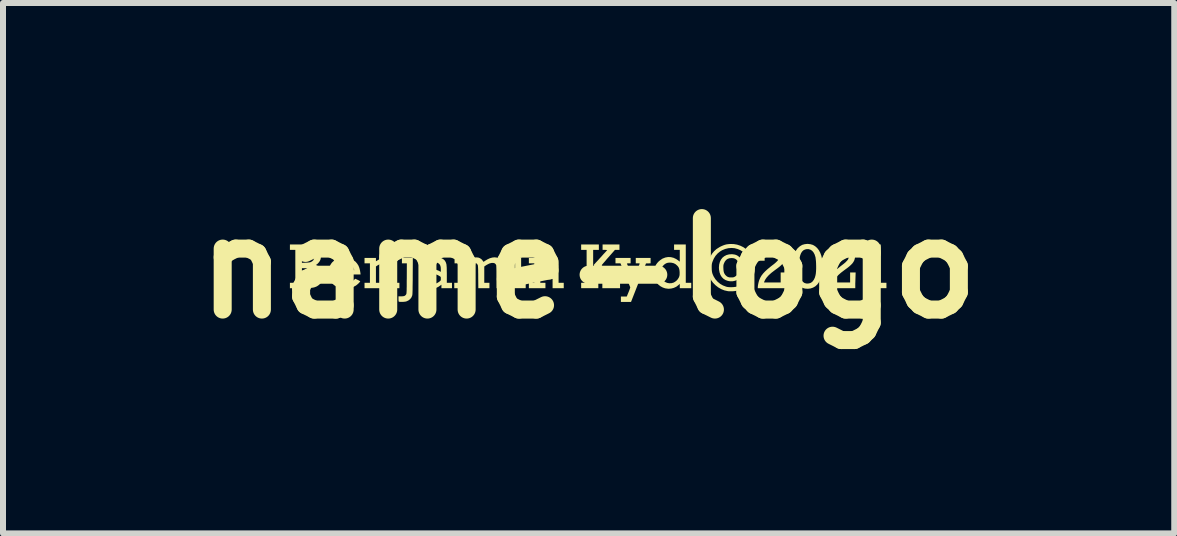
<source format=kicad_pcb>
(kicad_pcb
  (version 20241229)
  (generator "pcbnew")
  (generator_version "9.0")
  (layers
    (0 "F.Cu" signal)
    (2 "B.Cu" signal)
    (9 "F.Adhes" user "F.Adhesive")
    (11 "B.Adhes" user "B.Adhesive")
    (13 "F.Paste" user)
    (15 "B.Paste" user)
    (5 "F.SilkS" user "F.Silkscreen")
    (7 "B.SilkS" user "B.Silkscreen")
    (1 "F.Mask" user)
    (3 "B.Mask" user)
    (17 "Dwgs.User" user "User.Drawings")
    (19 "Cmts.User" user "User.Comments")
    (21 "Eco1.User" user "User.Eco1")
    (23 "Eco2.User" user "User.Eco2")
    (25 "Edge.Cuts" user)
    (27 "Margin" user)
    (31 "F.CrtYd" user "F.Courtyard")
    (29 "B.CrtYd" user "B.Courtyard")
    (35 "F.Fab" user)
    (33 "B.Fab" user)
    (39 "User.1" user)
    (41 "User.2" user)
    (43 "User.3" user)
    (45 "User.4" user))
  (footprint "name-logo"
    (layer "F.Cu")
    (at 6.756 1.418)
    (property "Reference" "name-logo" (at 0 0 0) (layer "F.SilkS") (effects (font (size 1.524 1.524) (thickness 0.3))))
    (attr through_hole)
    (fp_poly (pts (xy -1.124 0.243) (xy -1.048 0.243) (xy -1.048 0.333) (xy -1.305 0.333) (xy -1.305 0.243) (xy -1.224 0.243) (xy -1.224 -0.081) (xy -1.305 -0.081) (xy -1.305 -0.171) (xy -1.124 -0.171)) (stroke (width 0) (type solid)) (fill yes) (layer "F.SilkS"))
    (fp_poly (pts (xy 4.867 0.243) (xy 4.962 0.243) (xy 4.962 0.333) (xy 4.667 0.333) (xy 4.667 0.243) (xy 4.767 0.243) (xy 4.767 -0.305) (xy 4.667 -0.305) (xy 4.667 -0.395) (xy 4.867 -0.395)) (stroke (width 0) (type solid)) (fill yes) (layer "F.SilkS"))
    (fp_poly (pts (xy 0.171 -0.305) (xy 0.076 -0.305) (xy 0.076 0.243) (xy 0.162 0.243) (xy 0.162 0.333) (xy -0.124 0.333) (xy -0.124 0.243) (xy -0.033 0.243) (xy -0.033 -0.305) (xy -0.124 -0.305) (xy -0.124 -0.395) (xy 0.171 -0.395)) (stroke (width 0) (type solid)) (fill yes) (layer "F.SilkS"))
    (fp_poly (pts (xy -2.956 -0.399) (xy -2.947 -0.394) (xy -2.931 -0.379) (xy -2.924 -0.362) (xy -2.923 -0.343) (xy -2.928 -0.326) (xy -2.938 -0.31) (xy -2.953 -0.298) (xy -2.971 -0.291) (xy -2.991 -0.291) (xy -3.007 -0.295) (xy -3.023 -0.306) (xy -3.035 -0.323) (xy -3.041 -0.341) (xy -3.039 -0.363) (xy -3.03 -0.38) (xy -3.016 -0.394) (xy -2.997 -0.402) (xy -2.976 -0.404)) (stroke (width 0) (type solid)) (fill yes) (layer "F.SilkS"))
    (fp_poly (pts (xy -1.163 -0.402) (xy -1.151 -0.398) (xy -1.133 -0.385) (xy -1.123 -0.369) (xy -1.12 -0.35) (xy -1.122 -0.331) (xy -1.131 -0.314) (xy -1.146 -0.301) (xy -1.165 -0.293) (xy -1.172 -0.292) (xy -1.187 -0.292) (xy -1.2 -0.294) (xy -1.203 -0.295) (xy -1.218 -0.305) (xy -1.23 -0.321) (xy -1.237 -0.339) (xy -1.238 -0.346) (xy -1.234 -0.368) (xy -1.223 -0.386) (xy -1.206 -0.398) (xy -1.186 -0.404)) (stroke (width 0) (type solid)) (fill yes) (layer "F.SilkS"))
    (fp_poly (pts (xy -2.93 0.13) (xy -2.93 0.198) (xy -2.931 0.258) (xy -2.932 0.308) (xy -2.932 0.351) (xy -2.933 0.385) (xy -2.934 0.412) (xy -2.935 0.433) (xy -2.937 0.447) (xy -2.938 0.454) (xy -2.951 0.486) (xy -2.972 0.514) (xy -2.999 0.536) (xy -3.032 0.552) (xy -3.051 0.557) (xy -3.068 0.559) (xy -3.09 0.561) (xy -3.114 0.561) (xy -3.136 0.561) (xy -3.153 0.56) (xy -3.158 0.559) (xy -3.162 0.556) (xy -3.165 0.551) (xy -3.166 0.54) (xy -3.167 0.523) (xy -3.167 0.513) (xy -3.167 0.469) (xy -3.123 0.469) (xy -3.094 0.468) (xy -3.073 0.464) (xy -3.058 0.457) (xy -3.046 0.445) (xy -3.04 0.436) (xy -3.038 0.433) (xy -3.036 0.428) (xy -3.035 0.422) (xy -3.034 0.413) (xy -3.033 0.401) (xy -3.032 0.385) (xy -3.031 0.364) (xy -3.031 0.337) (xy -3.03 0.304) (xy -3.03 0.263) (xy -3.03 0.214) (xy -3.029 0.17) (xy -3.028 -0.081) (xy -3.11 -0.081) (xy -3.11 -0.171) (xy -2.928 -0.171)) (stroke (width 0) (type solid)) (fill yes) (layer "F.SilkS"))
    (fp_poly (pts (xy -3.349 -0.178) (xy -3.334 -0.177) (xy -3.322 -0.175) (xy -3.311 -0.17) (xy -3.3 -0.164) (xy -3.274 -0.145) (xy -3.255 -0.119) (xy -3.244 -0.087) (xy -3.243 -0.085) (xy -3.242 -0.074) (xy -3.241 -0.054) (xy -3.24 -0.027) (xy -3.239 0.007) (xy -3.238 0.045) (xy -3.238 0.087) (xy -3.238 0.091) (xy -3.238 0.243) (xy -3.152 0.243) (xy -3.152 0.333) (xy -3.338 0.333) (xy -3.338 0.147) (xy -3.338 0.098) (xy -3.338 0.057) (xy -3.339 0.023) (xy -3.339 -0.003) (xy -3.341 -0.024) (xy -3.342 -0.04) (xy -3.345 -0.052) (xy -3.348 -0.061) (xy -3.351 -0.068) (xy -3.356 -0.073) (xy -3.362 -0.079) (xy -3.371 -0.084) (xy -3.383 -0.087) (xy -3.401 -0.088) (xy -3.402 -0.088) (xy -3.436 -0.083) (xy -3.473 -0.07) (xy -3.512 -0.049) (xy -3.514 -0.048) (xy -3.543 -0.029) (xy -3.543 0.243) (xy -3.457 0.243) (xy -3.457 0.333) (xy -3.733 0.333) (xy -3.733 0.243) (xy -3.643 0.243) (xy -3.643 -0.081) (xy -3.733 -0.081) (xy -3.733 -0.171) (xy -3.543 -0.171) (xy -3.543 -0.115) (xy -3.513 -0.133) (xy -3.476 -0.154) (xy -3.442 -0.168) (xy -3.408 -0.176) (xy -3.371 -0.178)) (stroke (width 0) (type solid)) (fill yes) (layer "F.SilkS"))
    (fp_poly (pts (xy -0.611 -0.178) (xy -0.596 -0.177) (xy -0.584 -0.175) (xy -0.573 -0.17) (xy -0.562 -0.164) (xy -0.536 -0.145) (xy -0.517 -0.119) (xy -0.505 -0.087) (xy -0.505 -0.085) (xy -0.504 -0.074) (xy -0.502 -0.054) (xy -0.501 -0.027) (xy -0.501 0.007) (xy -0.5 0.045) (xy -0.5 0.087) (xy -0.5 0.091) (xy -0.5 0.243) (xy -0.414 0.243) (xy -0.414 0.333) (xy -0.6 0.333) (xy -0.6 0.147) (xy -0.6 0.098) (xy -0.6 0.057) (xy -0.601 0.023) (xy -0.601 -0.003) (xy -0.603 -0.024) (xy -0.604 -0.04) (xy -0.607 -0.052) (xy -0.61 -0.061) (xy -0.613 -0.068) (xy -0.618 -0.073) (xy -0.624 -0.079) (xy -0.633 -0.084) (xy -0.645 -0.087) (xy -0.663 -0.088) (xy -0.664 -0.088) (xy -0.698 -0.083) (xy -0.735 -0.07) (xy -0.774 -0.049) (xy -0.776 -0.048) (xy -0.805 -0.029) (xy -0.805 0.243) (xy -0.719 0.243) (xy -0.719 0.333) (xy -0.995 0.333) (xy -0.995 0.243) (xy -0.905 0.243) (xy -0.905 -0.081) (xy -0.995 -0.081) (xy -0.995 -0.171) (xy -0.805 -0.171) (xy -0.805 -0.115) (xy -0.775 -0.133) (xy -0.738 -0.154) (xy -0.704 -0.168) (xy -0.67 -0.176) (xy -0.633 -0.178)) (stroke (width 0) (type solid)) (fill yes) (layer "F.SilkS"))
    (fp_poly (pts (xy 0.514 -0.305) (xy 0.439 -0.305) (xy 0.329 -0.18) (xy 0.303 -0.151) (xy 0.28 -0.123) (xy 0.259 -0.099) (xy 0.242 -0.079) (xy 0.229 -0.064) (xy 0.221 -0.054) (xy 0.218 -0.05) (xy 0.221 -0.045) (xy 0.229 -0.034) (xy 0.242 -0.017) (xy 0.259 0.005) (xy 0.279 0.031) (xy 0.302 0.061) (xy 0.327 0.092) (xy 0.332 0.099) (xy 0.445 0.243) (xy 0.485 0.243) (xy 0.524 0.243) (xy 0.524 0.333) (xy 0.229 0.333) (xy 0.229 0.243) (xy 0.266 0.242) (xy 0.304 0.241) (xy 0.192 0.096) (xy 0.164 0.059) (xy 0.141 0.029) (xy 0.123 0.004) (xy 0.109 -0.014) (xy 0.099 -0.029) (xy 0.092 -0.039) (xy 0.088 -0.046) (xy 0.087 -0.051) (xy 0.087 -0.055) (xy 0.088 -0.058) (xy 0.09 -0.059) (xy 0.095 -0.065) (xy 0.106 -0.077) (xy 0.121 -0.094) (xy 0.141 -0.115) (xy 0.164 -0.14) (xy 0.188 -0.167) (xy 0.204 -0.184) (xy 0.229 -0.212) (xy 0.252 -0.238) (xy 0.273 -0.26) (xy 0.289 -0.278) (xy 0.301 -0.292) (xy 0.308 -0.3) (xy 0.31 -0.302) (xy 0.305 -0.303) (xy 0.293 -0.304) (xy 0.277 -0.305) (xy 0.271 -0.305) (xy 0.233 -0.305) (xy 0.233 -0.395) (xy 0.514 -0.395)) (stroke (width 0) (type solid)) (fill yes) (layer "F.SilkS"))
    (fp_poly (pts (xy 0.7 -0.081) (xy 0.669 -0.081) (xy 0.651 -0.08) (xy 0.642 -0.079) (xy 0.639 -0.076) (xy 0.639 -0.075) (xy 0.642 -0.069) (xy 0.647 -0.056) (xy 0.655 -0.036) (xy 0.665 -0.01) (xy 0.677 0.019) (xy 0.69 0.052) (xy 0.693 0.061) (xy 0.706 0.094) (xy 0.718 0.123) (xy 0.729 0.148) (xy 0.738 0.168) (xy 0.744 0.181) (xy 0.747 0.187) (xy 0.748 0.187) (xy 0.75 0.182) (xy 0.756 0.169) (xy 0.764 0.149) (xy 0.774 0.124) (xy 0.785 0.095) (xy 0.798 0.063) (xy 0.8 0.057) (xy 0.813 0.024) (xy 0.824 -0.006) (xy 0.834 -0.032) (xy 0.842 -0.053) (xy 0.848 -0.067) (xy 0.851 -0.075) (xy 0.851 -0.075) (xy 0.85 -0.078) (xy 0.842 -0.08) (xy 0.826 -0.081) (xy 0.82 -0.081) (xy 0.786 -0.081) (xy 0.786 -0.171) (xy 1.033 -0.171) (xy 1.033 -0.081) (xy 0.995 -0.08) (xy 0.956 -0.079) (xy 0.832 0.242) (xy 0.707 0.562) (xy 0.623 0.562) (xy 0.538 0.562) (xy 0.538 0.472) (xy 0.636 0.472) (xy 0.666 0.399) (xy 0.676 0.374) (xy 0.684 0.352) (xy 0.69 0.334) (xy 0.693 0.323) (xy 0.694 0.319) (xy 0.692 0.313) (xy 0.686 0.299) (xy 0.678 0.278) (xy 0.667 0.252) (xy 0.654 0.22) (xy 0.639 0.184) (xy 0.623 0.145) (xy 0.611 0.115) (xy 0.531 -0.081) (xy 0.489 -0.081) (xy 0.448 -0.081) (xy 0.448 -0.171) (xy 0.7 -0.171)) (stroke (width 0) (type solid)) (fill yes) (layer "F.SilkS"))
    (fp_poly (pts (xy 2.4 -0.232) (xy 2.44 -0.226) (xy 2.474 -0.213) (xy 2.504 -0.192) (xy 2.521 -0.176) (xy 2.536 -0.158) (xy 2.548 -0.14) (xy 2.554 -0.127) (xy 2.561 -0.106) (xy 2.529 -0.098) (xy 2.51 -0.094) (xy 2.499 -0.093) (xy 2.496 -0.095) (xy 2.493 -0.102) (xy 2.486 -0.113) (xy 2.479 -0.123) (xy 2.461 -0.144) (xy 2.438 -0.159) (xy 2.41 -0.167) (xy 2.379 -0.169) (xy 2.344 -0.165) (xy 2.316 -0.155) (xy 2.292 -0.138) (xy 2.271 -0.112) (xy 2.259 -0.088) (xy 2.253 -0.074) (xy 2.249 -0.062) (xy 2.246 -0.049) (xy 2.245 -0.031) (xy 2.245 -0.007) (xy 2.247 0.029) (xy 2.251 0.058) (xy 2.258 0.081) (xy 2.27 0.102) (xy 2.279 0.114) (xy 2.299 0.133) (xy 2.32 0.146) (xy 2.345 0.153) (xy 2.374 0.154) (xy 2.395 0.154) (xy 2.411 0.152) (xy 2.424 0.148) (xy 2.436 0.142) (xy 2.462 0.125) (xy 2.482 0.104) (xy 2.495 0.079) (xy 2.503 0.065) (xy 2.509 0.059) (xy 2.513 0.059) (xy 2.522 0.062) (xy 2.536 0.066) (xy 2.541 0.067) (xy 2.555 0.072) (xy 2.564 0.077) (xy 2.565 0.079) (xy 2.565 0.089) (xy 2.559 0.104) (xy 2.55 0.122) (xy 2.538 0.141) (xy 2.525 0.157) (xy 2.516 0.166) (xy 2.481 0.192) (xy 2.442 0.209) (xy 2.4 0.218) (xy 2.356 0.218) (xy 2.321 0.212) (xy 2.282 0.198) (xy 2.248 0.177) (xy 2.219 0.148) (xy 2.197 0.113) (xy 2.182 0.072) (xy 2.173 0.025) (xy 2.171 -0.01) (xy 2.175 -0.059) (xy 2.187 -0.104) (xy 2.205 -0.142) (xy 2.23 -0.175) (xy 2.261 -0.2) (xy 2.298 -0.219) (xy 2.34 -0.23) (xy 2.386 -0.233)) (stroke (width 0) (type solid)) (fill yes) (layer "F.SilkS"))
    (fp_poly (pts (xy 1.619 0.243) (xy 1.71 0.243) (xy 1.71 0.333) (xy 1.519 0.333) (xy 1.519 0.261) (xy 1.496 0.282) (xy 1.461 0.309) (xy 1.42 0.328) (xy 1.377 0.339) (xy 1.331 0.343) (xy 1.284 0.337) (xy 1.274 0.335) (xy 1.236 0.322) (xy 1.199 0.302) (xy 1.165 0.276) (xy 1.137 0.246) (xy 1.125 0.228) (xy 1.116 0.21) (xy 1.107 0.188) (xy 1.1 0.165) (xy 1.1 0.165) (xy 1.092 0.121) (xy 1.091 0.075) (xy 1.091 0.075) (xy 1.197 0.075) (xy 1.199 0.115) (xy 1.21 0.155) (xy 1.226 0.186) (xy 1.249 0.211) (xy 1.278 0.231) (xy 1.31 0.245) (xy 1.344 0.251) (xy 1.379 0.25) (xy 1.413 0.241) (xy 1.424 0.236) (xy 1.458 0.214) (xy 1.485 0.185) (xy 1.503 0.156) (xy 1.509 0.141) (xy 1.513 0.127) (xy 1.516 0.112) (xy 1.516 0.093) (xy 1.517 0.079) (xy 1.515 0.043) (xy 1.51 0.014) (xy 1.502 -0.009) (xy 1.488 -0.03) (xy 1.475 -0.044) (xy 1.447 -0.068) (xy 1.417 -0.083) (xy 1.383 -0.091) (xy 1.357 -0.093) (xy 1.335 -0.092) (xy 1.319 -0.09) (xy 1.305 -0.086) (xy 1.29 -0.08) (xy 1.289 -0.08) (xy 1.258 -0.059) (xy 1.233 -0.032) (xy 1.214 -0.000124) (xy 1.202 0.036) (xy 1.197 0.075) (xy 1.091 0.075) (xy 1.095 0.03) (xy 1.104 -0.012) (xy 1.119 -0.05) (xy 1.125 -0.061) (xy 1.144 -0.087) (xy 1.168 -0.113) (xy 1.196 -0.136) (xy 1.224 -0.155) (xy 1.233 -0.16) (xy 1.279 -0.178) (xy 1.325 -0.186) (xy 1.37 -0.184) (xy 1.415 -0.173) (xy 1.458 -0.153) (xy 1.492 -0.13) (xy 1.519 -0.109) (xy 1.519 -0.305) (xy 1.424 -0.305) (xy 1.424 -0.395) (xy 1.619 -0.395)) (stroke (width 0) (type solid)) (fill yes) (layer "F.SilkS"))
    (fp_poly (pts (xy -4.013 -0.179) (xy -3.968 -0.164) (xy -3.925 -0.141) (xy -3.886 -0.11) (xy -3.881 -0.106) (xy -3.855 -0.075) (xy -3.834 -0.042) (xy -3.819 -0.004) (xy -3.808 0.04) (xy -3.802 0.077) (xy -3.799 0.105) (xy -4.228 0.105) (xy -4.223 0.125) (xy -4.215 0.15) (xy -4.202 0.176) (xy -4.186 0.199) (xy -4.169 0.217) (xy -4.169 0.217) (xy -4.137 0.238) (xy -4.102 0.251) (xy -4.073 0.255) (xy -4.029 0.255) (xy -3.987 0.246) (xy -3.948 0.227) (xy -3.912 0.2) (xy -3.912 0.199) (xy -3.887 0.176) (xy -3.846 0.195) (xy -3.828 0.204) (xy -3.814 0.212) (xy -3.806 0.217) (xy -3.805 0.219) (xy -3.808 0.225) (xy -3.816 0.235) (xy -3.829 0.249) (xy -3.837 0.257) (xy -3.874 0.288) (xy -3.918 0.312) (xy -3.965 0.33) (xy -4.016 0.34) (xy -4.068 0.343) (xy -4.12 0.337) (xy -4.129 0.335) (xy -4.168 0.323) (xy -4.207 0.304) (xy -4.243 0.28) (xy -4.274 0.251) (xy -4.299 0.22) (xy -4.311 0.2) (xy -4.328 0.155) (xy -4.336 0.108) (xy -4.337 0.061) (xy -4.333 0.033) (xy -4.224 0.033) (xy -3.904 0.033) (xy -3.907 0.023) (xy -3.921 -0.009) (xy -3.943 -0.038) (xy -3.969 -0.064) (xy -3.997 -0.083) (xy -3.999 -0.084) (xy -4.014 -0.091) (xy -4.028 -0.095) (xy -4.043 -0.097) (xy -4.065 -0.097) (xy -4.069 -0.097) (xy -4.092 -0.097) (xy -4.109 -0.095) (xy -4.123 -0.091) (xy -4.136 -0.086) (xy -4.166 -0.066) (xy -4.191 -0.04) (xy -4.21 -0.01) (xy -4.221 0.02) (xy -4.224 0.033) (xy -4.333 0.033) (xy -4.33 0.014) (xy -4.315 -0.03) (xy -4.292 -0.071) (xy -4.274 -0.095) (xy -4.237 -0.129) (xy -4.196 -0.155) (xy -4.152 -0.173) (xy -4.106 -0.183) (xy -4.06 -0.185)) (stroke (width 0) (type solid)) (fill yes) (layer "F.SilkS"))
    (fp_poly (pts (xy -1.531 -0.177) (xy -1.5 -0.166) (xy -1.473 -0.147) (xy -1.468 -0.142) (xy -1.46 -0.133) (xy -1.454 -0.125) (xy -1.448 -0.116) (xy -1.444 -0.104) (xy -1.441 -0.09) (xy -1.439 -0.072) (xy -1.437 -0.049) (xy -1.436 -0.02) (xy -1.435 0.016) (xy -1.435 0.061) (xy -1.434 0.08) (xy -1.433 0.243) (xy -1.343 0.243) (xy -1.343 0.333) (xy -1.533 0.333) (xy -1.534 0.149) (xy -1.534 0.095) (xy -1.534 0.05) (xy -1.535 0.014) (xy -1.536 -0.014) (xy -1.537 -0.034) (xy -1.538 -0.047) (xy -1.54 -0.052) (xy -1.551 -0.07) (xy -1.568 -0.083) (xy -1.59 -0.088) (xy -1.617 -0.087) (xy -1.647 -0.08) (xy -1.663 -0.073) (xy -1.683 -0.063) (xy -1.703 -0.052) (xy -1.717 -0.043) (xy -1.738 -0.028) (xy -1.738 0.243) (xy -1.652 0.243) (xy -1.652 0.333) (xy -1.837 0.333) (xy -1.839 0.146) (xy -1.839 0.099) (xy -1.84 0.06) (xy -1.84 0.029) (xy -1.841 0.004) (xy -1.842 -0.015) (xy -1.843 -0.029) (xy -1.844 -0.04) (xy -1.845 -0.048) (xy -1.847 -0.054) (xy -1.85 -0.059) (xy -1.863 -0.076) (xy -1.882 -0.086) (xy -1.906 -0.089) (xy -1.935 -0.085) (xy -1.967 -0.073) (xy -2.004 -0.054) (xy -2.023 -0.042) (xy -2.048 -0.026) (xy -2.048 0.243) (xy -1.957 0.243) (xy -1.957 0.333) (xy -2.238 0.333) (xy -2.238 0.243) (xy -2.148 0.243) (xy -2.148 -0.081) (xy -2.233 -0.081) (xy -2.233 -0.171) (xy -2.048 -0.171) (xy -2.048 -0.11) (xy -2.025 -0.126) (xy -1.986 -0.15) (xy -1.947 -0.167) (xy -1.908 -0.177) (xy -1.872 -0.18) (xy -1.838 -0.177) (xy -1.809 -0.166) (xy -1.784 -0.148) (xy -1.778 -0.142) (xy -1.768 -0.129) (xy -1.759 -0.118) (xy -1.757 -0.115) (xy -1.75 -0.105) (xy -1.726 -0.122) (xy -1.685 -0.147) (xy -1.644 -0.166) (xy -1.605 -0.177) (xy -1.567 -0.181)) (stroke (width 0) (type solid)) (fill yes) (layer "F.SilkS"))
    (fp_poly (pts (xy 3.087 -0.403) (xy 3.117 -0.4) (xy 3.141 -0.395) (xy 3.145 -0.394) (xy 3.184 -0.377) (xy 3.218 -0.353) (xy 3.246 -0.323) (xy 3.267 -0.288) (xy 3.272 -0.278) (xy 3.278 -0.259) (xy 3.281 -0.239) (xy 3.282 -0.214) (xy 3.282 -0.207) (xy 3.281 -0.179) (xy 3.276 -0.152) (xy 3.268 -0.128) (xy 3.255 -0.104) (xy 3.237 -0.08) (xy 3.214 -0.055) (xy 3.184 -0.028) (xy 3.147 0.001) (xy 3.102 0.034) (xy 3.098 0.037) (xy 3.047 0.076) (xy 3.005 0.113) (xy 2.971 0.15) (xy 2.946 0.185) (xy 2.929 0.218) (xy 2.926 0.227) (xy 2.923 0.238) (xy 3.2 0.238) (xy 3.2 0.071) (xy 3.292 0.071) (xy 3.289 0.165) (xy 3.288 0.197) (xy 3.287 0.228) (xy 3.286 0.257) (xy 3.286 0.281) (xy 3.286 0.296) (xy 3.286 0.333) (xy 2.819 0.333) (xy 2.819 0.315) (xy 2.821 0.291) (xy 2.826 0.262) (xy 2.833 0.231) (xy 2.842 0.201) (xy 2.846 0.191) (xy 2.861 0.157) (xy 2.881 0.123) (xy 2.907 0.089) (xy 2.939 0.055) (xy 2.978 0.019) (xy 3.025 -0.02) (xy 3.053 -0.042) (xy 3.091 -0.071) (xy 3.121 -0.097) (xy 3.144 -0.12) (xy 3.16 -0.139) (xy 3.17 -0.156) (xy 3.174 -0.171) (xy 3.177 -0.191) (xy 3.178 -0.205) (xy 3.173 -0.238) (xy 3.162 -0.267) (xy 3.143 -0.289) (xy 3.118 -0.306) (xy 3.088 -0.316) (xy 3.053 -0.318) (xy 3.044 -0.318) (xy 3.01 -0.311) (xy 2.984 -0.299) (xy 2.964 -0.28) (xy 2.951 -0.259) (xy 2.944 -0.24) (xy 2.938 -0.214) (xy 2.935 -0.185) (xy 2.933 -0.156) (xy 2.933 -0.124) (xy 2.838 -0.124) (xy 2.838 -0.163) (xy 2.842 -0.215) (xy 2.853 -0.262) (xy 2.87 -0.303) (xy 2.894 -0.338) (xy 2.924 -0.366) (xy 2.96 -0.387) (xy 3.002 -0.4) (xy 3.004 -0.4) (xy 3.027 -0.403) (xy 3.056 -0.404)) (stroke (width 0) (type solid)) (fill yes) (layer "F.SilkS"))
    (fp_poly (pts (xy 4.244 -0.403) (xy 4.274 -0.4) (xy 4.298 -0.395) (xy 4.302 -0.394) (xy 4.341 -0.377) (xy 4.375 -0.353) (xy 4.404 -0.323) (xy 4.424 -0.288) (xy 4.429 -0.278) (xy 4.435 -0.259) (xy 4.438 -0.239) (xy 4.439 -0.214) (xy 4.439 -0.207) (xy 4.438 -0.179) (xy 4.433 -0.152) (xy 4.425 -0.128) (xy 4.412 -0.104) (xy 4.395 -0.08) (xy 4.371 -0.055) (xy 4.341 -0.028) (xy 4.304 0.001) (xy 4.259 0.034) (xy 4.255 0.037) (xy 4.204 0.076) (xy 4.162 0.113) (xy 4.128 0.15) (xy 4.103 0.185) (xy 4.087 0.218) (xy 4.083 0.227) (xy 4.08 0.238) (xy 4.357 0.238) (xy 4.357 0.071) (xy 4.449 0.071) (xy 4.446 0.165) (xy 4.445 0.197) (xy 4.444 0.228) (xy 4.443 0.257) (xy 4.443 0.281) (xy 4.443 0.296) (xy 4.443 0.333) (xy 3.976 0.333) (xy 3.976 0.315) (xy 3.978 0.291) (xy 3.983 0.262) (xy 3.99 0.231) (xy 3.999 0.201) (xy 4.003 0.191) (xy 4.018 0.157) (xy 4.038 0.123) (xy 4.064 0.089) (xy 4.096 0.055) (xy 4.135 0.019) (xy 4.182 -0.02) (xy 4.21 -0.042) (xy 4.248 -0.071) (xy 4.279 -0.097) (xy 4.301 -0.12) (xy 4.318 -0.139) (xy 4.327 -0.156) (xy 4.331 -0.171) (xy 4.334 -0.191) (xy 4.335 -0.205) (xy 4.331 -0.238) (xy 4.319 -0.267) (xy 4.3 -0.289) (xy 4.275 -0.306) (xy 4.245 -0.316) (xy 4.21 -0.318) (xy 4.201 -0.318) (xy 4.167 -0.311) (xy 4.141 -0.299) (xy 4.121 -0.28) (xy 4.108 -0.259) (xy 4.101 -0.24) (xy 4.095 -0.214) (xy 4.092 -0.185) (xy 4.09 -0.156) (xy 4.09 -0.124) (xy 3.995 -0.124) (xy 3.995 -0.163) (xy 3.999 -0.215) (xy 4.01 -0.262) (xy 4.027 -0.303) (xy 4.051 -0.338) (xy 4.081 -0.366) (xy 4.117 -0.387) (xy 4.159 -0.4) (xy 4.161 -0.4) (xy 4.184 -0.403) (xy 4.213 -0.404)) (stroke (width 0) (type solid)) (fill yes) (layer "F.SilkS"))
    (fp_poly (pts (xy 3.694 -0.4) (xy 3.736 -0.388) (xy 3.774 -0.366) (xy 3.807 -0.337) (xy 3.836 -0.3) (xy 3.86 -0.255) (xy 3.878 -0.205) (xy 3.89 -0.149) (xy 3.898 -0.088) (xy 3.9 -0.024) (xy 3.897 0.04) (xy 3.888 0.102) (xy 3.883 0.129) (xy 3.873 0.159) (xy 3.86 0.191) (xy 3.844 0.223) (xy 3.826 0.251) (xy 3.81 0.272) (xy 3.777 0.302) (xy 3.739 0.324) (xy 3.697 0.338) (xy 3.653 0.343) (xy 3.608 0.34) (xy 3.586 0.335) (xy 3.545 0.32) (xy 3.509 0.296) (xy 3.477 0.264) (xy 3.45 0.224) (xy 3.428 0.176) (xy 3.411 0.122) (xy 3.4 0.064) (xy 3.397 0.035) (xy 3.396 -0.001) (xy 3.396 -0.04) (xy 3.396 -0.05) (xy 3.503 -0.05) (xy 3.503 -0.004) (xy 3.505 0.042) (xy 3.509 0.084) (xy 3.515 0.121) (xy 3.517 0.127) (xy 3.529 0.166) (xy 3.547 0.199) (xy 3.569 0.226) (xy 3.595 0.245) (xy 3.608 0.25) (xy 3.633 0.256) (xy 3.661 0.255) (xy 3.689 0.249) (xy 3.707 0.241) (xy 3.732 0.221) (xy 3.753 0.192) (xy 3.77 0.156) (xy 3.781 0.116) (xy 3.786 0.087) (xy 3.789 0.052) (xy 3.791 0.012) (xy 3.791 -0.031) (xy 3.79 -0.074) (xy 3.788 -0.115) (xy 3.784 -0.152) (xy 3.78 -0.183) (xy 3.778 -0.189) (xy 3.765 -0.23) (xy 3.747 -0.263) (xy 3.725 -0.289) (xy 3.698 -0.307) (xy 3.668 -0.317) (xy 3.635 -0.318) (xy 3.635 -0.318) (xy 3.605 -0.311) (xy 3.579 -0.298) (xy 3.558 -0.278) (xy 3.54 -0.251) (xy 3.526 -0.215) (xy 3.515 -0.172) (xy 3.507 -0.12) (xy 3.505 -0.094) (xy 3.503 -0.05) (xy 3.396 -0.05) (xy 3.397 -0.079) (xy 3.399 -0.115) (xy 3.402 -0.139) (xy 3.414 -0.196) (xy 3.43 -0.246) (xy 3.451 -0.288) (xy 3.478 -0.326) (xy 3.487 -0.336) (xy 3.521 -0.366) (xy 3.558 -0.388) (xy 3.6 -0.4) (xy 3.646 -0.405) (xy 3.648 -0.405)) (stroke (width 0) (type solid)) (fill yes) (layer "F.SilkS"))
    (fp_poly (pts (xy 2.417 -0.402) (xy 2.475 -0.392) (xy 2.529 -0.374) (xy 2.58 -0.349) (xy 2.626 -0.316) (xy 2.667 -0.278) (xy 2.702 -0.234) (xy 2.731 -0.184) (xy 2.753 -0.131) (xy 2.766 -0.074) (xy 2.77 -0.032) (xy 2.771 0.002) (xy 2.769 0.034) (xy 2.767 0.056) (xy 2.753 0.112) (xy 2.731 0.165) (xy 2.702 0.215) (xy 2.666 0.259) (xy 2.624 0.299) (xy 2.577 0.331) (xy 2.527 0.357) (xy 2.473 0.375) (xy 2.444 0.38) (xy 2.42 0.383) (xy 2.39 0.385) (xy 2.36 0.385) (xy 2.332 0.384) (xy 2.317 0.382) (xy 2.263 0.37) (xy 2.21 0.349) (xy 2.16 0.32) (xy 2.114 0.284) (xy 2.073 0.242) (xy 2.045 0.205) (xy 2.02 0.162) (xy 2.002 0.118) (xy 1.99 0.071) (xy 1.985 0.02) (xy 1.984 -0.01) (xy 1.984 -0.012) (xy 2.051 -0.012) (xy 2.052 0.029) (xy 2.056 0.063) (xy 2.064 0.094) (xy 2.077 0.124) (xy 2.084 0.139) (xy 2.113 0.185) (xy 2.15 0.226) (xy 2.192 0.261) (xy 2.239 0.288) (xy 2.289 0.307) (xy 2.307 0.312) (xy 2.34 0.316) (xy 2.378 0.317) (xy 2.417 0.315) (xy 2.454 0.31) (xy 2.474 0.305) (xy 2.513 0.29) (xy 2.549 0.271) (xy 2.582 0.245) (xy 2.61 0.22) (xy 2.646 0.178) (xy 2.673 0.135) (xy 2.691 0.088) (xy 2.702 0.038) (xy 2.705 -0.01) (xy 2.7 -0.066) (xy 2.688 -0.118) (xy 2.666 -0.166) (xy 2.636 -0.211) (xy 2.62 -0.229) (xy 2.579 -0.267) (xy 2.533 -0.298) (xy 2.484 -0.319) (xy 2.433 -0.333) (xy 2.381 -0.337) (xy 2.328 -0.333) (xy 2.275 -0.32) (xy 2.224 -0.299) (xy 2.191 -0.279) (xy 2.15 -0.246) (xy 2.114 -0.205) (xy 2.085 -0.158) (xy 2.064 -0.107) (xy 2.058 -0.089) (xy 2.054 -0.073) (xy 2.052 -0.056) (xy 2.051 -0.035) (xy 2.051 -0.012) (xy 1.984 -0.012) (xy 1.986 -0.055) (xy 1.992 -0.095) (xy 2.002 -0.133) (xy 2.018 -0.172) (xy 2.026 -0.188) (xy 2.055 -0.239) (xy 2.09 -0.282) (xy 2.131 -0.319) (xy 2.18 -0.35) (xy 2.202 -0.362) (xy 2.238 -0.378) (xy 2.268 -0.389) (xy 2.299 -0.397) (xy 2.332 -0.401) (xy 2.357 -0.403)) (stroke (width 0) (type solid)) (fill yes) (layer "F.SilkS"))
    (fp_poly (pts (xy -4.823 -0.395) (xy -4.767 -0.395) (xy -4.719 -0.394) (xy -4.679 -0.393) (xy -4.646 -0.391) (xy -4.619 -0.389) (xy -4.597 -0.385) (xy -4.579 -0.381) (xy -4.564 -0.376) (xy -4.56 -0.374) (xy -4.532 -0.358) (xy -4.507 -0.333) (xy -4.485 -0.304) (xy -4.475 -0.287) (xy -4.468 -0.271) (xy -4.463 -0.258) (xy -4.461 -0.244) (xy -4.46 -0.227) (xy -4.46 -0.21) (xy -4.46 -0.181) (xy -4.463 -0.16) (xy -4.468 -0.141) (xy -4.469 -0.139) (xy -4.48 -0.116) (xy -4.497 -0.093) (xy -4.516 -0.073) (xy -4.53 -0.062) (xy -4.544 -0.053) (xy -4.519 -0.041) (xy -4.486 -0.019) (xy -4.46 0.008) (xy -4.441 0.039) (xy -4.428 0.074) (xy -4.422 0.11) (xy -4.422 0.147) (xy -4.429 0.184) (xy -4.443 0.218) (xy -4.463 0.25) (xy -4.49 0.277) (xy -4.523 0.3) (xy -4.525 0.301) (xy -4.539 0.308) (xy -4.553 0.313) (xy -4.566 0.318) (xy -4.581 0.322) (xy -4.598 0.325) (xy -4.619 0.327) (xy -4.644 0.329) (xy -4.674 0.33) (xy -4.711 0.331) (xy -4.756 0.332) (xy -4.794 0.332) (xy -4.976 0.334) (xy -4.976 0.244) (xy -4.776 0.244) (xy -4.706 0.242) (xy -4.679 0.24) (xy -4.653 0.238) (xy -4.631 0.236) (xy -4.615 0.234) (xy -4.612 0.233) (xy -4.591 0.224) (xy -4.57 0.209) (xy -4.552 0.19) (xy -4.54 0.17) (xy -4.539 0.164) (xy -4.535 0.141) (xy -4.534 0.115) (xy -4.536 0.09) (xy -4.541 0.072) (xy -4.553 0.051) (xy -4.569 0.033) (xy -4.591 0.02) (xy -4.618 0.01) (xy -4.653 0.004) (xy -4.695 0.001) (xy -4.725 0.000094) (xy -4.776 0) (xy -4.776 0.244) (xy -4.976 0.244) (xy -4.976 0.243) (xy -4.886 0.243) (xy -4.886 -0.305) (xy -4.776 -0.305) (xy -4.776 -0.089) (xy -4.713 -0.092) (xy -4.688 -0.093) (xy -4.665 -0.095) (xy -4.646 -0.097) (xy -4.634 -0.1) (xy -4.633 -0.1) (xy -4.607 -0.114) (xy -4.587 -0.132) (xy -4.575 -0.156) (xy -4.57 -0.187) (xy -4.569 -0.198) (xy -4.572 -0.228) (xy -4.581 -0.253) (xy -4.597 -0.273) (xy -4.62 -0.288) (xy -4.65 -0.298) (xy -4.688 -0.303) (xy -4.729 -0.305) (xy -4.776 -0.305) (xy -4.886 -0.305) (xy -4.976 -0.305) (xy -4.976 -0.395)) (stroke (width 0) (type solid)) (fill yes) (layer "F.SilkS"))
    (fp_poly (pts (xy -2.54 -0.184) (xy -2.494 -0.179) (xy -2.454 -0.168) (xy -2.423 -0.152) (xy -2.398 -0.13) (xy -2.38 -0.101) (xy -2.369 -0.067) (xy -2.367 -0.052) (xy -2.366 -0.038) (xy -2.364 -0.015) (xy -2.363 0.013) (xy -2.363 0.046) (xy -2.362 0.081) (xy -2.362 0.113) (xy -2.362 0.243) (xy -2.276 0.243) (xy -2.276 0.333) (xy -2.452 0.333) (xy -2.452 0.275) (xy -2.468 0.287) (xy -2.505 0.312) (xy -2.544 0.33) (xy -2.584 0.34) (xy -2.623 0.343) (xy -2.66 0.338) (xy -2.665 0.336) (xy -2.701 0.32) (xy -2.732 0.298) (xy -2.757 0.27) (xy -2.773 0.243) (xy -2.779 0.226) (xy -2.782 0.206) (xy -2.783 0.183) (xy -2.782 0.172) (xy -2.687 0.172) (xy -2.687 0.198) (xy -2.677 0.224) (xy -2.672 0.233) (xy -2.654 0.251) (xy -2.63 0.262) (xy -2.602 0.266) (xy -2.571 0.263) (xy -2.538 0.253) (xy -2.527 0.249) (xy -2.509 0.239) (xy -2.491 0.228) (xy -2.48 0.219) (xy -2.47 0.21) (xy -2.464 0.202) (xy -2.462 0.191) (xy -2.462 0.175) (xy -2.462 0.175) (xy -2.462 0.158) (xy -2.464 0.148) (xy -2.469 0.141) (xy -2.477 0.135) (xy -2.477 0.135) (xy -2.512 0.115) (xy -2.547 0.102) (xy -2.58 0.097) (xy -2.611 0.098) (xy -2.639 0.107) (xy -2.662 0.123) (xy -2.662 0.123) (xy -2.679 0.146) (xy -2.687 0.172) (xy -2.782 0.172) (xy -2.78 0.148) (xy -2.77 0.117) (xy -2.752 0.09) (xy -2.731 0.067) (xy -2.699 0.044) (xy -2.662 0.029) (xy -2.622 0.021) (xy -2.581 0.02) (xy -2.539 0.027) (xy -2.498 0.042) (xy -2.487 0.048) (xy -2.462 0.061) (xy -2.462 0.025) (xy -2.463 -0.009) (xy -2.468 -0.035) (xy -2.476 -0.055) (xy -2.489 -0.071) (xy -2.506 -0.084) (xy -2.508 -0.085) (xy -2.537 -0.096) (xy -2.569 -0.1) (xy -2.601 -0.097) (xy -2.631 -0.087) (xy -2.656 -0.071) (xy -2.664 -0.064) (xy -2.684 -0.043) (xy -2.728 -0.055) (xy -2.747 -0.06) (xy -2.763 -0.064) (xy -2.773 -0.067) (xy -2.775 -0.068) (xy -2.774 -0.074) (xy -2.768 -0.084) (xy -2.758 -0.098) (xy -2.745 -0.112) (xy -2.732 -0.126) (xy -2.72 -0.136) (xy -2.685 -0.16) (xy -2.643 -0.175) (xy -2.595 -0.184) (xy -2.541 -0.184)) (stroke (width 0) (type solid)) (fill yes) (layer "F.SilkS")))
  (gr_rect
    (start -3 -3)
    (end 16.513 5.836)
    (stroke (width 0.1) (type default))
    (fill no)
    (layer "Edge.Cuts")))
</source>
